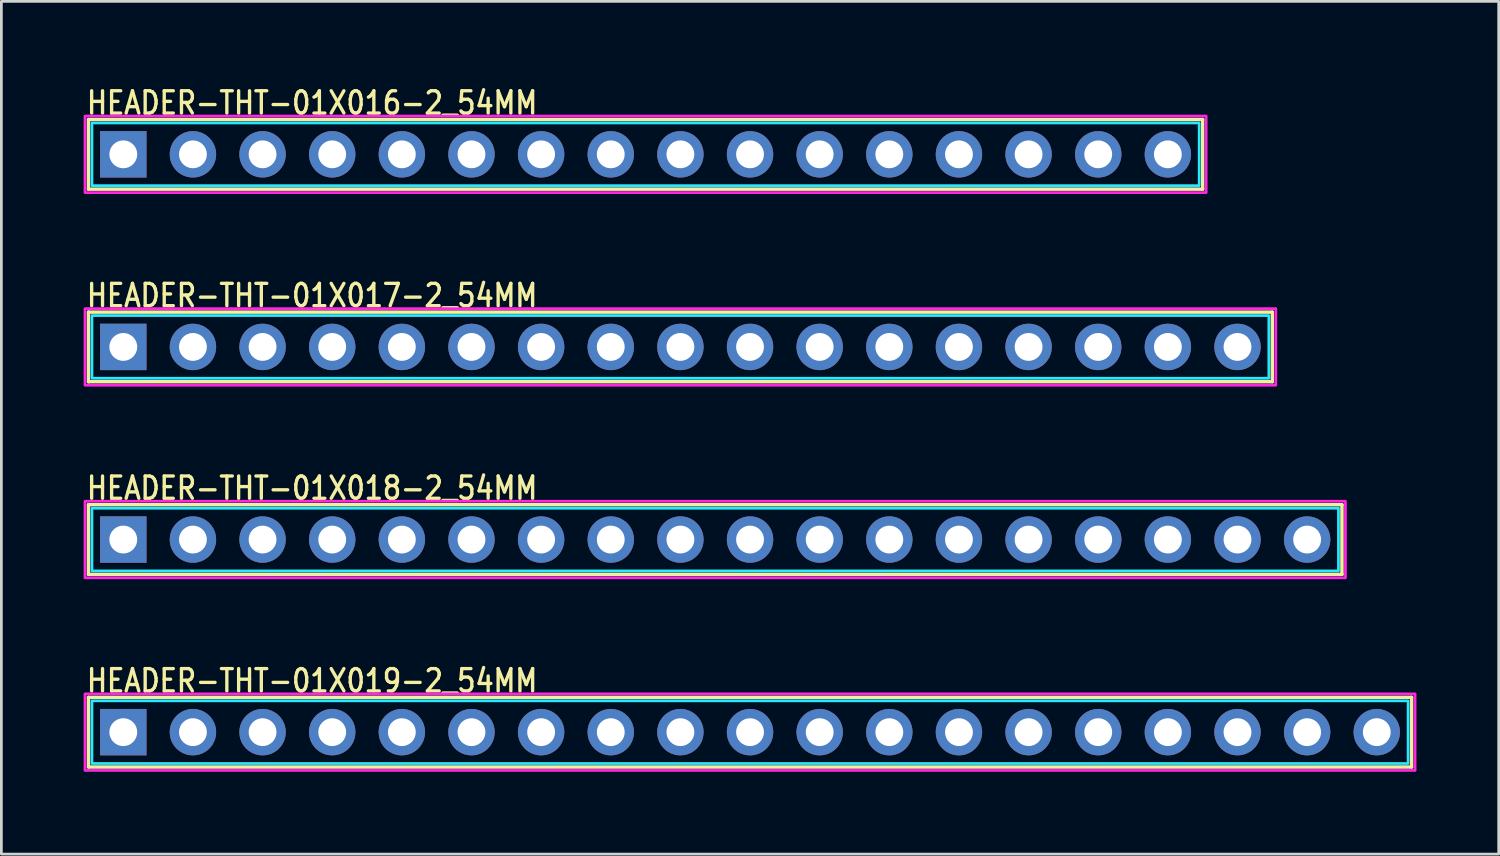
<source format=kicad_pcb>
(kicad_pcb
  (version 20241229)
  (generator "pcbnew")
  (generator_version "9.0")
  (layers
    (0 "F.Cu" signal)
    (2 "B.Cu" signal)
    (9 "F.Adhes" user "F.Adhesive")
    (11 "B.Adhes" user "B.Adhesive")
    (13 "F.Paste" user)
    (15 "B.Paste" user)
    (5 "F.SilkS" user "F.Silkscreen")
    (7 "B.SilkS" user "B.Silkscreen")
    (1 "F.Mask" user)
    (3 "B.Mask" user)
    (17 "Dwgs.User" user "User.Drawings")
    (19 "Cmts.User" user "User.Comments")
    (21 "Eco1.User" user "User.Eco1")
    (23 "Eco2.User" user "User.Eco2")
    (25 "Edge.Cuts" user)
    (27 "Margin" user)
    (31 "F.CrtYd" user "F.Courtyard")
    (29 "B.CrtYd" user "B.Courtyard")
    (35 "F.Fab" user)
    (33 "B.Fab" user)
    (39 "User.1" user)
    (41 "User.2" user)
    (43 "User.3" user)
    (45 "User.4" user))
  (footprint "HEADER-THT-01X019-2_54MM"
    (layer "F.Cu")
    (at 1.447 23.655)
    (property "Reference" "HEADER-THT-01X019-2_54MM" (at -1.4 -1.4 0) (unlocked yes) (layer "F.SilkS") (effects (font (size 0.813 0.695) (thickness 0.122)) (justify left bottom)))
    (fp_line (start -1.27 -1.27) (end -1.27 1.27) (stroke (width 0.127) (type solid)) (layer "F.SilkS"))
    (fp_line (start -1.27 1.27) (end 46.99 1.27) (stroke (width 0.127) (type solid)) (layer "F.SilkS"))
    (fp_line (start 46.99 -1.27) (end -1.27 -1.27) (stroke (width 0.127) (type solid)) (layer "F.SilkS"))
    (fp_line (start 46.99 1.27) (end 46.99 -1.27) (stroke (width 0.127) (type solid)) (layer "F.SilkS"))
    (fp_poly (pts (xy -1.143 -1.143) (xy 46.863 -1.143) (xy 46.863 1.143) (xy -1.143 1.143)) (stroke (width 0.1) (type solid)) (fill no) (layer "B.CrtYd"))
    (fp_poly (pts (xy -1.397 -1.397) (xy 47.117 -1.397) (xy 47.117 1.397) (xy -1.397 1.397)) (stroke (width 0.1) (type solid)) (fill no) (layer "F.CrtYd"))
    (pad "1" thru_hole rect (at 0 0) (size 1.693 1.693) (drill 1.016) (layers "*.Cu" "*.Mask"))
    (pad "2" thru_hole oval (at 2.54 0) (size 1.693 1.693) (drill 1.016) (layers "*.Cu" "*.Mask"))
    (pad "3" thru_hole oval (at 5.08 0) (size 1.693 1.693) (drill 1.016) (layers "*.Cu" "*.Mask"))
    (pad "4" thru_hole oval (at 7.62 0) (size 1.693 1.693) (drill 1.016) (layers "*.Cu" "*.Mask"))
    (pad "5" thru_hole oval (at 10.16 0) (size 1.693 1.693) (drill 1.016) (layers "*.Cu" "*.Mask"))
    (pad "6" thru_hole oval (at 12.7 0) (size 1.693 1.693) (drill 1.016) (layers "*.Cu" "*.Mask"))
    (pad "7" thru_hole oval (at 15.24 0) (size 1.693 1.693) (drill 1.016) (layers "*.Cu" "*.Mask"))
    (pad "8" thru_hole oval (at 17.78 0) (size 1.693 1.693) (drill 1.016) (layers "*.Cu" "*.Mask"))
    (pad "9" thru_hole oval (at 20.32 0) (size 1.693 1.693) (drill 1.016) (layers "*.Cu" "*.Mask"))
    (pad "10" thru_hole oval (at 22.86 0) (size 1.693 1.693) (drill 1.016) (layers "*.Cu" "*.Mask"))
    (pad "11" thru_hole oval (at 25.4 0) (size 1.693 1.693) (drill 1.016) (layers "*.Cu" "*.Mask"))
    (pad "12" thru_hole oval (at 27.94 0) (size 1.693 1.693) (drill 1.016) (layers "*.Cu" "*.Mask"))
    (pad "13" thru_hole oval (at 30.48 0) (size 1.693 1.693) (drill 1.016) (layers "*.Cu" "*.Mask"))
    (pad "14" thru_hole oval (at 33.02 0) (size 1.693 1.693) (drill 1.016) (layers "*.Cu" "*.Mask"))
    (pad "15" thru_hole oval (at 35.56 0) (size 1.693 1.693) (drill 1.016) (layers "*.Cu" "*.Mask"))
    (pad "16" thru_hole oval (at 38.1 0) (size 1.693 1.693) (drill 1.016) (layers "*.Cu" "*.Mask"))
    (pad "17" thru_hole oval (at 40.64 0) (size 1.693 1.693) (drill 1.016) (layers "*.Cu" "*.Mask"))
    (pad "18" thru_hole oval (at 43.18 0) (size 1.693 1.693) (drill 1.016) (layers "*.Cu" "*.Mask"))
    (pad "19" thru_hole oval (at 45.72 0) (size 1.693 1.693) (drill 1.016) (layers "*.Cu" "*.Mask")))
  (footprint "HEADER-THT-01X017-2_54MM"
    (layer "F.Cu")
    (at 1.447 9.604)
    (property "Reference" "HEADER-THT-01X017-2_54MM" (at -1.4 -1.4 0) (unlocked yes) (layer "F.SilkS") (effects (font (size 0.813 0.695) (thickness 0.122)) (justify left bottom)))
    (fp_line (start -1.27 -1.27) (end -1.27 1.27) (stroke (width 0.127) (type solid)) (layer "F.SilkS"))
    (fp_line (start -1.27 1.27) (end 41.91 1.27) (stroke (width 0.127) (type solid)) (layer "F.SilkS"))
    (fp_line (start 41.91 -1.27) (end -1.27 -1.27) (stroke (width 0.127) (type solid)) (layer "F.SilkS"))
    (fp_line (start 41.91 1.27) (end 41.91 -1.27) (stroke (width 0.127) (type solid)) (layer "F.SilkS"))
    (fp_poly (pts (xy -1.143 -1.143) (xy 41.783 -1.143) (xy 41.783 1.143) (xy -1.143 1.143)) (stroke (width 0.1) (type solid)) (fill no) (layer "B.CrtYd"))
    (fp_poly (pts (xy -1.397 -1.397) (xy 42.037 -1.397) (xy 42.037 1.397) (xy -1.397 1.397)) (stroke (width 0.1) (type solid)) (fill no) (layer "F.CrtYd"))
    (pad "1" thru_hole rect (at 0 0) (size 1.693 1.693) (drill 1.016) (layers "*.Cu" "*.Mask"))
    (pad "2" thru_hole oval (at 2.54 0) (size 1.693 1.693) (drill 1.016) (layers "*.Cu" "*.Mask"))
    (pad "3" thru_hole oval (at 5.08 0) (size 1.693 1.693) (drill 1.016) (layers "*.Cu" "*.Mask"))
    (pad "4" thru_hole oval (at 7.62 0) (size 1.693 1.693) (drill 1.016) (layers "*.Cu" "*.Mask"))
    (pad "5" thru_hole oval (at 10.16 0) (size 1.693 1.693) (drill 1.016) (layers "*.Cu" "*.Mask"))
    (pad "6" thru_hole oval (at 12.7 0) (size 1.693 1.693) (drill 1.016) (layers "*.Cu" "*.Mask"))
    (pad "7" thru_hole oval (at 15.24 0) (size 1.693 1.693) (drill 1.016) (layers "*.Cu" "*.Mask"))
    (pad "8" thru_hole oval (at 17.78 0) (size 1.693 1.693) (drill 1.016) (layers "*.Cu" "*.Mask"))
    (pad "9" thru_hole oval (at 20.32 0) (size 1.693 1.693) (drill 1.016) (layers "*.Cu" "*.Mask"))
    (pad "10" thru_hole oval (at 22.86 0) (size 1.693 1.693) (drill 1.016) (layers "*.Cu" "*.Mask"))
    (pad "11" thru_hole oval (at 25.4 0) (size 1.693 1.693) (drill 1.016) (layers "*.Cu" "*.Mask"))
    (pad "12" thru_hole oval (at 27.94 0) (size 1.693 1.693) (drill 1.016) (layers "*.Cu" "*.Mask"))
    (pad "13" thru_hole oval (at 30.48 0) (size 1.693 1.693) (drill 1.016) (layers "*.Cu" "*.Mask"))
    (pad "14" thru_hole oval (at 33.02 0) (size 1.693 1.693) (drill 1.016) (layers "*.Cu" "*.Mask"))
    (pad "15" thru_hole oval (at 35.56 0) (size 1.693 1.693) (drill 1.016) (layers "*.Cu" "*.Mask"))
    (pad "16" thru_hole oval (at 38.1 0) (size 1.693 1.693) (drill 1.016) (layers "*.Cu" "*.Mask"))
    (pad "17" thru_hole oval (at 40.64 0) (size 1.693 1.693) (drill 1.016) (layers "*.Cu" "*.Mask")))
  (footprint "HEADER-THT-01X018-2_54MM"
    (layer "F.Cu")
    (at 1.447 16.63)
    (property "Reference" "HEADER-THT-01X018-2_54MM" (at -1.4 -1.4 0) (unlocked yes) (layer "F.SilkS") (effects (font (size 0.813 0.695) (thickness 0.122)) (justify left bottom)))
    (fp_line (start -1.27 -1.27) (end -1.27 1.27) (stroke (width 0.127) (type solid)) (layer "F.SilkS"))
    (fp_line (start -1.27 1.27) (end 44.45 1.27) (stroke (width 0.127) (type solid)) (layer "F.SilkS"))
    (fp_line (start 44.45 -1.27) (end -1.27 -1.27) (stroke (width 0.127) (type solid)) (layer "F.SilkS"))
    (fp_line (start 44.45 1.27) (end 44.45 -1.27) (stroke (width 0.127) (type solid)) (layer "F.SilkS"))
    (fp_poly (pts (xy -1.143 -1.143) (xy 44.323 -1.143) (xy 44.323 1.143) (xy -1.143 1.143)) (stroke (width 0.1) (type solid)) (fill no) (layer "B.CrtYd"))
    (fp_poly (pts (xy -1.397 -1.397) (xy 44.577 -1.397) (xy 44.577 1.397) (xy -1.397 1.397)) (stroke (width 0.1) (type solid)) (fill no) (layer "F.CrtYd"))
    (pad "1" thru_hole rect (at 0 0) (size 1.693 1.693) (drill 1.016) (layers "*.Cu" "*.Mask"))
    (pad "2" thru_hole oval (at 2.54 0) (size 1.693 1.693) (drill 1.016) (layers "*.Cu" "*.Mask"))
    (pad "3" thru_hole oval (at 5.08 0) (size 1.693 1.693) (drill 1.016) (layers "*.Cu" "*.Mask"))
    (pad "4" thru_hole oval (at 7.62 0) (size 1.693 1.693) (drill 1.016) (layers "*.Cu" "*.Mask"))
    (pad "5" thru_hole oval (at 10.16 0) (size 1.693 1.693) (drill 1.016) (layers "*.Cu" "*.Mask"))
    (pad "6" thru_hole oval (at 12.7 0) (size 1.693 1.693) (drill 1.016) (layers "*.Cu" "*.Mask"))
    (pad "7" thru_hole oval (at 15.24 0) (size 1.693 1.693) (drill 1.016) (layers "*.Cu" "*.Mask"))
    (pad "8" thru_hole oval (at 17.78 0) (size 1.693 1.693) (drill 1.016) (layers "*.Cu" "*.Mask"))
    (pad "9" thru_hole oval (at 20.32 0) (size 1.693 1.693) (drill 1.016) (layers "*.Cu" "*.Mask"))
    (pad "10" thru_hole oval (at 22.86 0) (size 1.693 1.693) (drill 1.016) (layers "*.Cu" "*.Mask"))
    (pad "11" thru_hole oval (at 25.4 0) (size 1.693 1.693) (drill 1.016) (layers "*.Cu" "*.Mask"))
    (pad "12" thru_hole oval (at 27.94 0) (size 1.693 1.693) (drill 1.016) (layers "*.Cu" "*.Mask"))
    (pad "13" thru_hole oval (at 30.48 0) (size 1.693 1.693) (drill 1.016) (layers "*.Cu" "*.Mask"))
    (pad "14" thru_hole oval (at 33.02 0) (size 1.693 1.693) (drill 1.016) (layers "*.Cu" "*.Mask"))
    (pad "15" thru_hole oval (at 35.56 0) (size 1.693 1.693) (drill 1.016) (layers "*.Cu" "*.Mask"))
    (pad "16" thru_hole oval (at 38.1 0) (size 1.693 1.693) (drill 1.016) (layers "*.Cu" "*.Mask"))
    (pad "17" thru_hole oval (at 40.64 0) (size 1.693 1.693) (drill 1.016) (layers "*.Cu" "*.Mask"))
    (pad "18" thru_hole oval (at 43.18 0) (size 1.693 1.693) (drill 1.016) (layers "*.Cu" "*.Mask")))
  (footprint "HEADER-THT-01X016-2_54MM"
    (layer "F.Cu")
    (at 1.447 2.579)
    (property "Reference" "HEADER-THT-01X016-2_54MM" (at -1.4 -1.4 0) (unlocked yes) (layer "F.SilkS") (effects (font (size 0.813 0.695) (thickness 0.122)) (justify left bottom)))
    (fp_line (start -1.27 -1.27) (end -1.27 1.27) (stroke (width 0.127) (type solid)) (layer "F.SilkS"))
    (fp_line (start -1.27 1.27) (end 39.37 1.27) (stroke (width 0.127) (type solid)) (layer "F.SilkS"))
    (fp_line (start 39.37 -1.27) (end -1.27 -1.27) (stroke (width 0.127) (type solid)) (layer "F.SilkS"))
    (fp_line (start 39.37 1.27) (end 39.37 -1.27) (stroke (width 0.127) (type solid)) (layer "F.SilkS"))
    (fp_poly (pts (xy -1.143 -1.143) (xy 39.243 -1.143) (xy 39.243 1.143) (xy -1.143 1.143)) (stroke (width 0.1) (type solid)) (fill no) (layer "B.CrtYd"))
    (fp_poly (pts (xy -1.397 -1.397) (xy 39.497 -1.397) (xy 39.497 1.397) (xy -1.397 1.397)) (stroke (width 0.1) (type solid)) (fill no) (layer "F.CrtYd"))
    (pad "1" thru_hole rect (at 0 0) (size 1.693 1.693) (drill 1.016) (layers "*.Cu" "*.Mask"))
    (pad "2" thru_hole oval (at 2.54 0) (size 1.693 1.693) (drill 1.016) (layers "*.Cu" "*.Mask"))
    (pad "3" thru_hole oval (at 5.08 0) (size 1.693 1.693) (drill 1.016) (layers "*.Cu" "*.Mask"))
    (pad "4" thru_hole oval (at 7.62 0) (size 1.693 1.693) (drill 1.016) (layers "*.Cu" "*.Mask"))
    (pad "5" thru_hole oval (at 10.16 0) (size 1.693 1.693) (drill 1.016) (layers "*.Cu" "*.Mask"))
    (pad "6" thru_hole oval (at 12.7 0) (size 1.693 1.693) (drill 1.016) (layers "*.Cu" "*.Mask"))
    (pad "7" thru_hole oval (at 15.24 0) (size 1.693 1.693) (drill 1.016) (layers "*.Cu" "*.Mask"))
    (pad "8" thru_hole oval (at 17.78 0) (size 1.693 1.693) (drill 1.016) (layers "*.Cu" "*.Mask"))
    (pad "9" thru_hole oval (at 20.32 0) (size 1.693 1.693) (drill 1.016) (layers "*.Cu" "*.Mask"))
    (pad "10" thru_hole oval (at 22.86 0) (size 1.693 1.693) (drill 1.016) (layers "*.Cu" "*.Mask"))
    (pad "11" thru_hole oval (at 25.4 0) (size 1.693 1.693) (drill 1.016) (layers "*.Cu" "*.Mask"))
    (pad "12" thru_hole oval (at 27.94 0) (size 1.693 1.693) (drill 1.016) (layers "*.Cu" "*.Mask"))
    (pad "13" thru_hole oval (at 30.48 0) (size 1.693 1.693) (drill 1.016) (layers "*.Cu" "*.Mask"))
    (pad "14" thru_hole oval (at 33.02 0) (size 1.693 1.693) (drill 1.016) (layers "*.Cu" "*.Mask"))
    (pad "15" thru_hole oval (at 35.56 0) (size 1.693 1.693) (drill 1.016) (layers "*.Cu" "*.Mask"))
    (pad "16" thru_hole oval (at 38.1 0) (size 1.693 1.693) (drill 1.016) (layers "*.Cu" "*.Mask")))
  (gr_rect
    (start -3 -3)
    (end 51.614 28.102)
    (stroke (width 0.1) (type default))
    (fill no)
    (layer "Edge.Cuts")))
</source>
